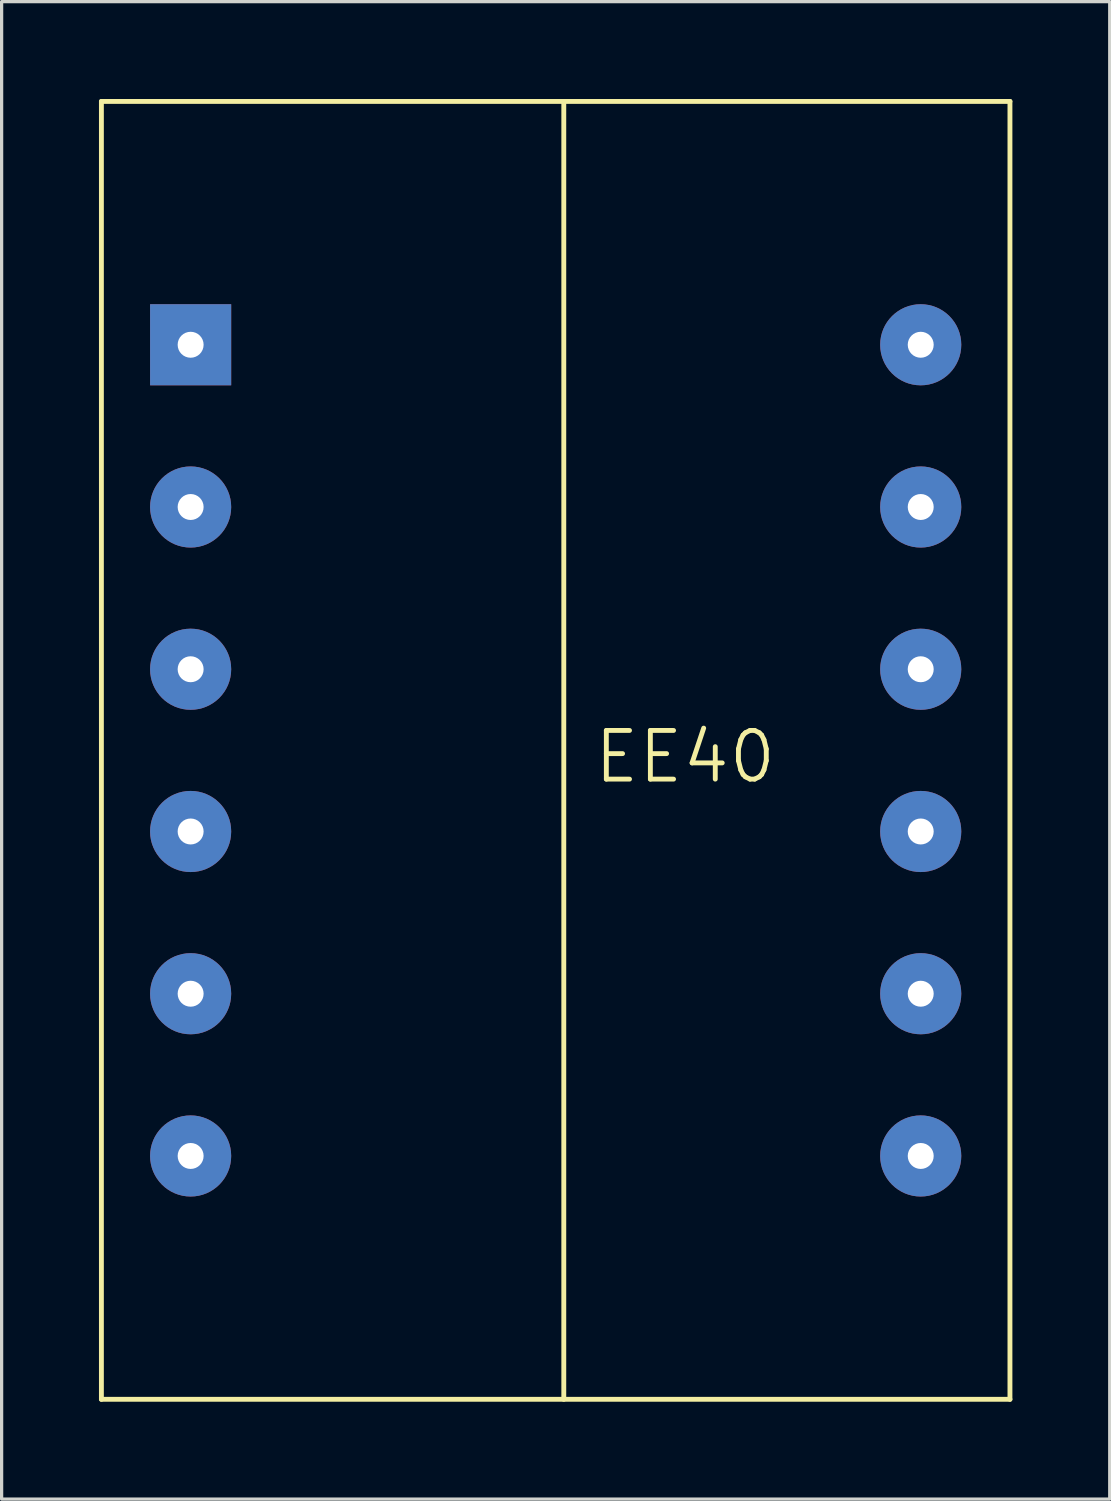
<source format=kicad_pcb>
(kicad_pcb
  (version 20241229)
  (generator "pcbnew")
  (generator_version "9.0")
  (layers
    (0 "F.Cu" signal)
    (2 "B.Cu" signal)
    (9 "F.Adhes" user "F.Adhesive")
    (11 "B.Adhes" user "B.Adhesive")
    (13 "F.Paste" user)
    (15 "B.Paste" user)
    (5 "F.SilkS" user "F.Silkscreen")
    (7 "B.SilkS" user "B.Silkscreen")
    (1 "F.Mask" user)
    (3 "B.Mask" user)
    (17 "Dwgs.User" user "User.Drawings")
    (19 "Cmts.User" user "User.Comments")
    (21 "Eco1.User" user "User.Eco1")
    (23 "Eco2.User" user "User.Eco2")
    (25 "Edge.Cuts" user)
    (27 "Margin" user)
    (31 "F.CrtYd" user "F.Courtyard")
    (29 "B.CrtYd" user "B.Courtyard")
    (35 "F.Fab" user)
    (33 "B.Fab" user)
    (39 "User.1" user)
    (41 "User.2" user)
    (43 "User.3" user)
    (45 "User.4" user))
  (footprint "EE40"
    (layer "F.Cu")
    (at 2.825 7.575)
    (property "Reference" "EE40" (at 15.24 12.7 180) (layer "F.SilkS") (effects (font (size 1.5 1.5) (thickness 0.15))))
    (attr through_hole)
    (fp_line (start -2.75 -7.5) (end 25.25 -7.5) (stroke (width 0.15) (type solid)) (layer "F.SilkS"))
    (fp_line (start -2.75 32.5) (end -2.75 -7.5) (stroke (width 0.15) (type solid)) (layer "F.SilkS"))
    (fp_line (start 11.5 -7.5) (end 11.5 32.5) (stroke (width 0.15) (type solid)) (layer "F.SilkS"))
    (fp_line (start 25.25 -7.5) (end 25.25 32.5) (stroke (width 0.15) (type solid)) (layer "F.SilkS"))
    (fp_line (start 25.25 32.5) (end -2.75 32.5) (stroke (width 0.15) (type solid)) (layer "F.SilkS"))
    (pad "1" thru_hole rect (at 0 0) (size 2.5 2.5) (drill 0.8) (layers "B.Cu" "B.Mask"))
    (pad "2" thru_hole circle (at 0 5) (size 2.5 2.5) (drill 0.8) (layers "B.Cu" "B.Mask"))
    (pad "3" thru_hole circle (at 0 10) (size 2.5 2.5) (drill 0.8) (layers "B.Cu" "B.Mask"))
    (pad "4" thru_hole circle (at 0 15) (size 2.5 2.5) (drill 0.8) (layers "B.Cu" "B.Mask"))
    (pad "5" thru_hole circle (at 0 20) (size 2.5 2.5) (drill 0.8) (layers "B.Cu" "B.Mask"))
    (pad "6" thru_hole circle (at 0 25) (size 2.5 2.5) (drill 0.8) (layers "B.Cu" "B.Mask"))
    (pad "7" thru_hole circle (at 22.5 25) (size 2.5 2.5) (drill 0.8) (layers "B.Cu" "B.Mask"))
    (pad "8" thru_hole circle (at 22.5 20) (size 2.5 2.5) (drill 0.8) (layers "B.Cu" "B.Mask"))
    (pad "9" thru_hole circle (at 22.5 15) (size 2.5 2.5) (drill 0.8) (layers "B.Cu" "B.Mask"))
    (pad "10" thru_hole circle (at 22.5 10) (size 2.5 2.5) (drill 0.8) (layers "B.Cu" "B.Mask"))
    (pad "11" thru_hole circle (at 22.5 5) (size 2.5 2.5) (drill 0.8) (layers "B.Cu" "B.Mask"))
    (pad "12" thru_hole circle (at 22.5 0) (size 2.5 2.5) (drill 0.8) (layers "B.Cu" "B.Mask")))
  (gr_rect
    (start -3 -3)
    (end 31.15 43.15)
    (stroke (width 0.1) (type default))
    (fill no)
    (layer "Edge.Cuts")))
</source>
